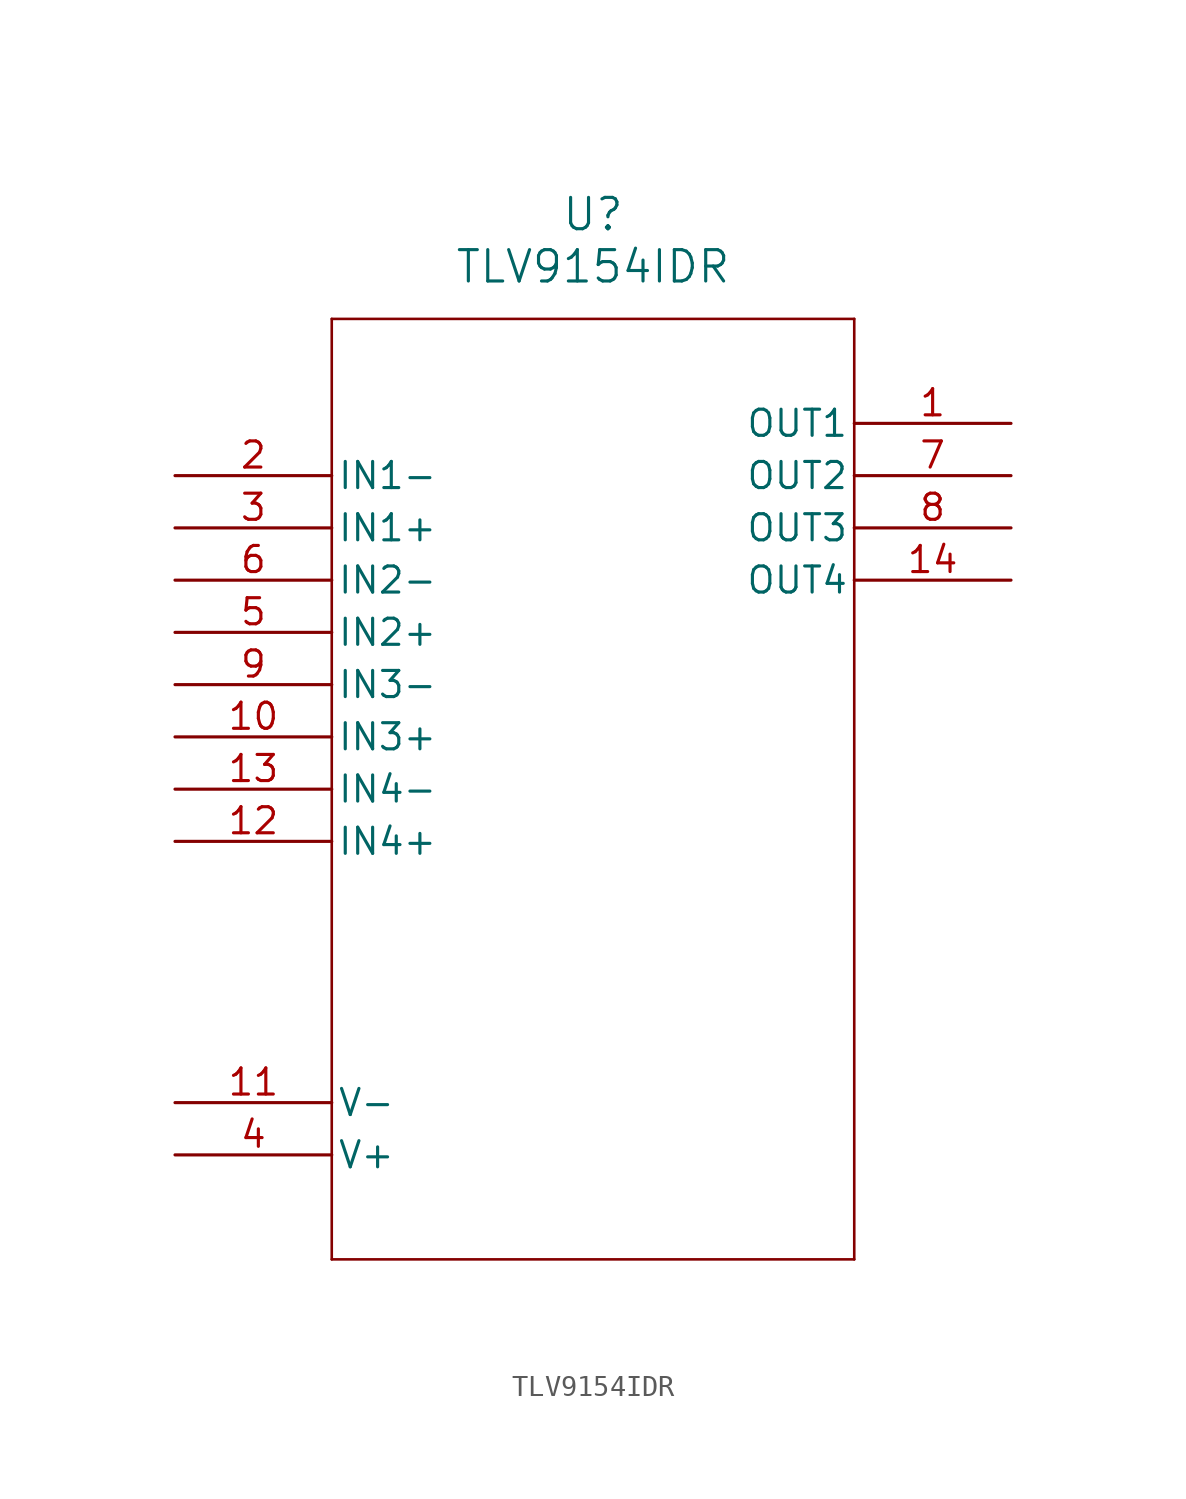
<source format=kicad_sym>
(kicad_symbol_lib
  (version 20220914)
  (generator kicad_symbol_editor)
  (symbol "TLV9154IDR"
    (pin_names
      (offset 0.254))
    (property "Reference" "U"
      (at 20.32 12.7 0)
      (effects (font (size 1.524 1.524))))
    (property "Value" "TLV9154IDR"
      (at 20.32 10.16 0)
      (effects (font (size 1.524 1.524))))
    (property "ki_locked" ""
      (at 0 0 0)
      (effects (font (size 1.27 1.27))))
    (symbol "TLV9154IDR_0_1"
      (polyline (pts (xy 7.62 -38.1) (xy 33.02 -38.1)) (stroke (width 0.127) (type default)) (fill (type none)))
      (polyline (pts (xy 7.62 7.62) (xy 7.62 -38.1)) (stroke (width 0.127) (type default)) (fill (type none)))
      (polyline (pts (xy 33.02 -38.1) (xy 33.02 7.62)) (stroke (width 0.127) (type default)) (fill (type none)))
      (polyline (pts (xy 33.02 7.62) (xy 7.62 7.62)) (stroke (width 0.127) (type default)) (fill (type none)))
      (pin output line (at 40.64 2.54 180) (length 7.62) (name "OUT1" (effects (font (size 1.27 1.27)))) (number "1" (effects (font (size 1.27 1.27)))))
      (pin input line (at 0 -12.7 0) (length 7.62) (name "IN3+" (effects (font (size 1.27 1.27)))) (number "10" (effects (font (size 1.27 1.27)))))
      (pin power_in line (at 0 -30.48 0) (length 7.62) (name "V-" (effects (font (size 1.27 1.27)))) (number "11" (effects (font (size 1.27 1.27)))))
      (pin input line (at 0 -17.78 0) (length 7.62) (name "IN4+" (effects (font (size 1.27 1.27)))) (number "12" (effects (font (size 1.27 1.27)))))
      (pin input line (at 0 -15.24 0) (length 7.62) (name "IN4-" (effects (font (size 1.27 1.27)))) (number "13" (effects (font (size 1.27 1.27)))))
      (pin output line (at 40.64 -5.08 180) (length 7.62) (name "OUT4" (effects (font (size 1.27 1.27)))) (number "14" (effects (font (size 1.27 1.27)))))
      (pin input line (at 0 0 0) (length 7.62) (name "IN1-" (effects (font (size 1.27 1.27)))) (number "2" (effects (font (size 1.27 1.27)))))
      (pin input line (at 0 -2.54 0) (length 7.62) (name "IN1+" (effects (font (size 1.27 1.27)))) (number "3" (effects (font (size 1.27 1.27)))))
      (pin power_in line (at 0 -33.02 0) (length 7.62) (name "V+" (effects (font (size 1.27 1.27)))) (number "4" (effects (font (size 1.27 1.27)))))
      (pin input line (at 0 -7.62 0) (length 7.62) (name "IN2+" (effects (font (size 1.27 1.27)))) (number "5" (effects (font (size 1.27 1.27)))))
      (pin input line (at 0 -5.08 0) (length 7.62) (name "IN2-" (effects (font (size 1.27 1.27)))) (number "6" (effects (font (size 1.27 1.27)))))
      (pin output line (at 40.64 0 180) (length 7.62) (name "OUT2" (effects (font (size 1.27 1.27)))) (number "7" (effects (font (size 1.27 1.27)))))
      (pin output line (at 40.64 -2.54 180) (length 7.62) (name "OUT3" (effects (font (size 1.27 1.27)))) (number "8" (effects (font (size 1.27 1.27)))))
      (pin input line (at 0 -10.16 0) (length 7.62) (name "IN3-" (effects (font (size 1.27 1.27)))) (number "9" (effects (font (size 1.27 1.27))))))))
</source>
